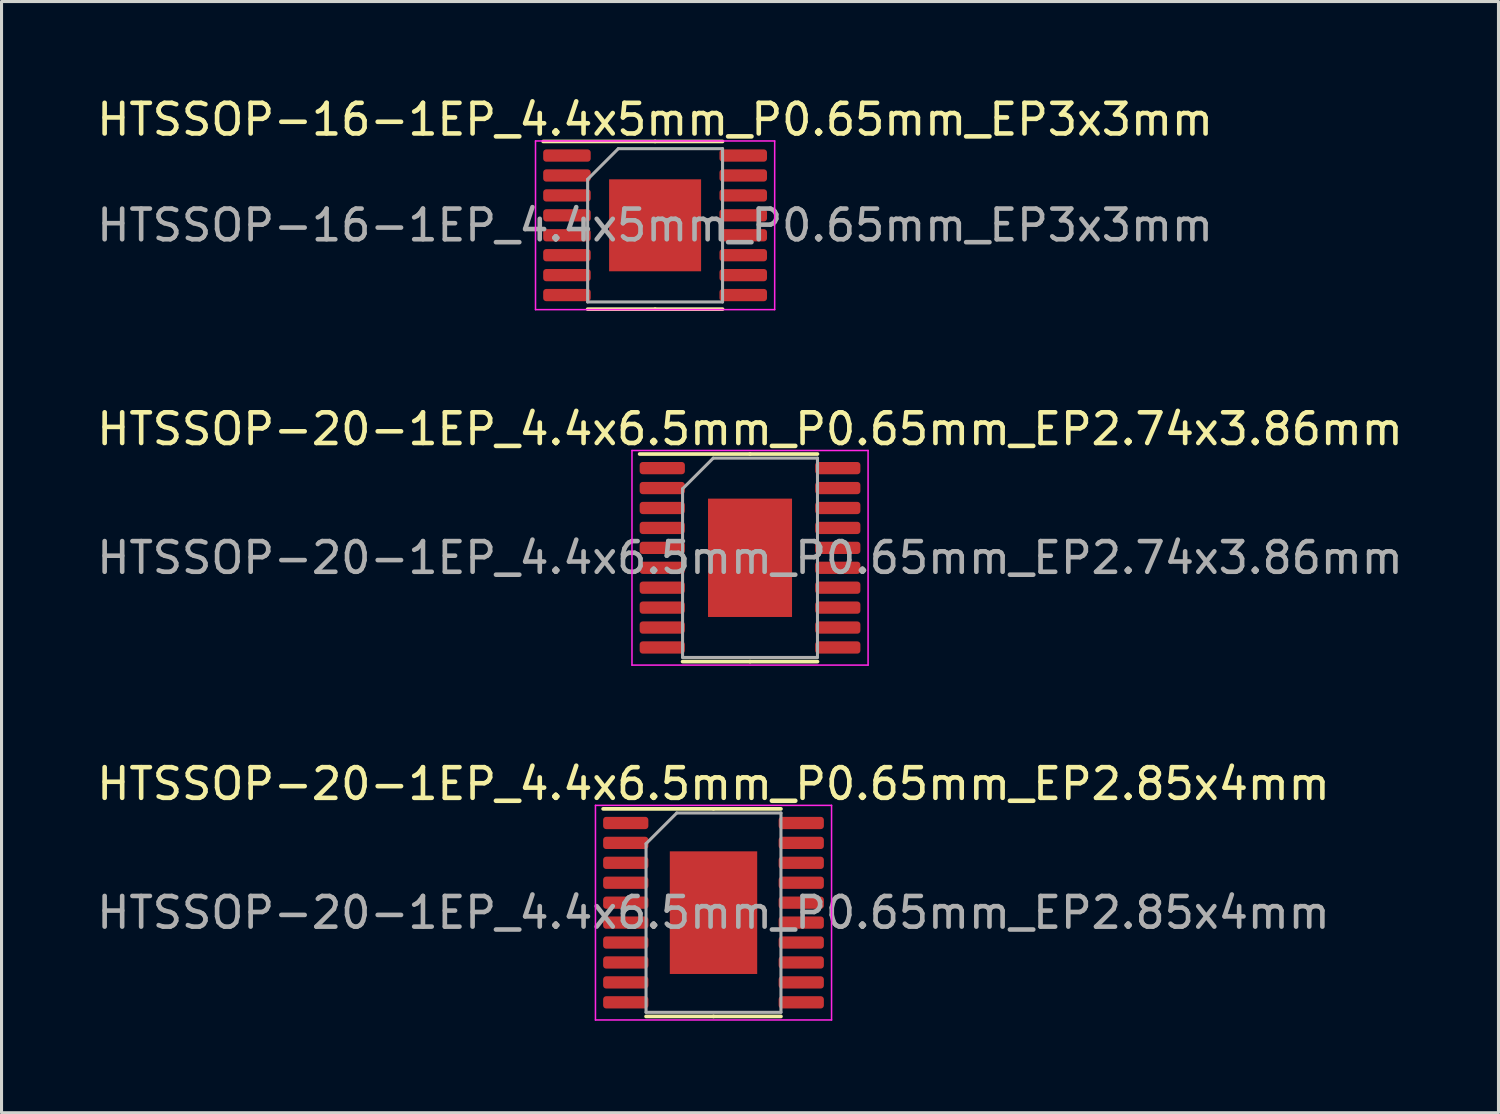
<source format=kicad_pcb>
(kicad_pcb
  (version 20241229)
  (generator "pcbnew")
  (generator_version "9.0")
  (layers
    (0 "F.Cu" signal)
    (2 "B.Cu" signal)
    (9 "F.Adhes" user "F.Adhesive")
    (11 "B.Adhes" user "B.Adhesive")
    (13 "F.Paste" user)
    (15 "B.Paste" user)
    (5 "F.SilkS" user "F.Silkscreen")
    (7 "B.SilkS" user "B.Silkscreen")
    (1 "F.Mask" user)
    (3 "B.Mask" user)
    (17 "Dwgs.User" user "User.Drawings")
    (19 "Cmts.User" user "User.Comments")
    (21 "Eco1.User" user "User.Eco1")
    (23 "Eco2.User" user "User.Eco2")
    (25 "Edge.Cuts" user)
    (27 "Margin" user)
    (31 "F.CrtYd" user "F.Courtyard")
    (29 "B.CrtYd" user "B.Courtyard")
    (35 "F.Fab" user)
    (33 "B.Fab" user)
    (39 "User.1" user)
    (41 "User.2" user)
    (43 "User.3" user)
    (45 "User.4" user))
  (footprint "HTSSOP-20-1EP_4.4x6.5mm_P0.65mm_EP2.74x3.86mm"
    (layer "F.Cu")
    (at 21.411 15.142)
    (property "Reference" "HTSSOP-20-1EP_4.4x6.5mm_P0.65mm_EP2.74x3.86mm" (at 0 -4.2 0) (layer "F.SilkS") (effects (font (size 1 1) (thickness 0.15))))
    (attr smd)
    (fp_line (start 0 -3.385) (end -3.6 -3.385) (stroke (width 0.12) (type solid)) (layer "F.SilkS"))
    (fp_line (start 0 -3.385) (end 2.2 -3.385) (stroke (width 0.12) (type solid)) (layer "F.SilkS"))
    (fp_line (start 0 3.385) (end -2.2 3.385) (stroke (width 0.12) (type solid)) (layer "F.SilkS"))
    (fp_line (start 0 3.385) (end 2.2 3.385) (stroke (width 0.12) (type solid)) (layer "F.SilkS"))
    (fp_line (start -3.85 -3.5) (end -3.85 3.5) (stroke (width 0.05) (type solid)) (layer "F.CrtYd"))
    (fp_line (start -3.85 3.5) (end 3.85 3.5) (stroke (width 0.05) (type solid)) (layer "F.CrtYd"))
    (fp_line (start 3.85 -3.5) (end -3.85 -3.5) (stroke (width 0.05) (type solid)) (layer "F.CrtYd"))
    (fp_line (start 3.85 3.5) (end 3.85 -3.5) (stroke (width 0.05) (type solid)) (layer "F.CrtYd"))
    (fp_line (start -2.2 -2.25) (end -1.2 -3.25) (stroke (width 0.1) (type solid)) (layer "F.Fab"))
    (fp_line (start -2.2 3.25) (end -2.2 -2.25) (stroke (width 0.1) (type solid)) (layer "F.Fab"))
    (fp_line (start -1.2 -3.25) (end 2.2 -3.25) (stroke (width 0.1) (type solid)) (layer "F.Fab"))
    (fp_line (start 2.2 -3.25) (end 2.2 3.25) (stroke (width 0.1) (type solid)) (layer "F.Fab"))
    (fp_line (start 2.2 3.25) (end -2.2 3.25) (stroke (width 0.1) (type solid)) (layer "F.Fab"))
    (fp_text user "${REFERENCE}" (at 0 0 0) (layer "F.Fab") (effects (font (size 1 1) (thickness 0.15))))
    (pad "" smd roundrect (at 0 -0.965) (size 2.21 1.56) (layers "F.Paste") (roundrect_rratio 0.16))
    (pad "" smd roundrect (at 0 0.965) (size 2.21 1.56) (layers "F.Paste") (roundrect_rratio 0.16))
    (pad "1" smd roundrect (at -2.862 -2.925) (size 1.475 0.4) (layers "F.Cu" "F.Mask" "F.Paste") (roundrect_rratio 0.25))
    (pad "2" smd roundrect (at -2.862 -2.275) (size 1.475 0.4) (layers "F.Cu" "F.Mask" "F.Paste") (roundrect_rratio 0.25))
    (pad "3" smd roundrect (at -2.862 -1.625) (size 1.475 0.4) (layers "F.Cu" "F.Mask" "F.Paste") (roundrect_rratio 0.25))
    (pad "4" smd roundrect (at -2.862 -0.975) (size 1.475 0.4) (layers "F.Cu" "F.Mask" "F.Paste") (roundrect_rratio 0.25))
    (pad "5" smd roundrect (at -2.862 -0.325) (size 1.475 0.4) (layers "F.Cu" "F.Mask" "F.Paste") (roundrect_rratio 0.25))
    (pad "6" smd roundrect (at -2.862 0.325) (size 1.475 0.4) (layers "F.Cu" "F.Mask" "F.Paste") (roundrect_rratio 0.25))
    (pad "7" smd roundrect (at -2.862 0.975) (size 1.475 0.4) (layers "F.Cu" "F.Mask" "F.Paste") (roundrect_rratio 0.25))
    (pad "8" smd roundrect (at -2.862 1.625) (size 1.475 0.4) (layers "F.Cu" "F.Mask" "F.Paste") (roundrect_rratio 0.25))
    (pad "9" smd roundrect (at -2.862 2.275) (size 1.475 0.4) (layers "F.Cu" "F.Mask" "F.Paste") (roundrect_rratio 0.25))
    (pad "10" smd roundrect (at -2.862 2.925) (size 1.475 0.4) (layers "F.Cu" "F.Mask" "F.Paste") (roundrect_rratio 0.25))
    (pad "11" smd roundrect (at 2.862 2.925) (size 1.475 0.4) (layers "F.Cu" "F.Mask" "F.Paste") (roundrect_rratio 0.25))
    (pad "12" smd roundrect (at 2.862 2.275) (size 1.475 0.4) (layers "F.Cu" "F.Mask" "F.Paste") (roundrect_rratio 0.25))
    (pad "13" smd roundrect (at 2.862 1.625) (size 1.475 0.4) (layers "F.Cu" "F.Mask" "F.Paste") (roundrect_rratio 0.25))
    (pad "14" smd roundrect (at 2.862 0.975) (size 1.475 0.4) (layers "F.Cu" "F.Mask" "F.Paste") (roundrect_rratio 0.25))
    (pad "15" smd roundrect (at 2.862 0.325) (size 1.475 0.4) (layers "F.Cu" "F.Mask" "F.Paste") (roundrect_rratio 0.25))
    (pad "16" smd roundrect (at 2.862 -0.325) (size 1.475 0.4) (layers "F.Cu" "F.Mask" "F.Paste") (roundrect_rratio 0.25))
    (pad "17" smd roundrect (at 2.862 -0.975) (size 1.475 0.4) (layers "F.Cu" "F.Mask" "F.Paste") (roundrect_rratio 0.25))
    (pad "18" smd roundrect (at 2.862 -1.625) (size 1.475 0.4) (layers "F.Cu" "F.Mask" "F.Paste") (roundrect_rratio 0.25))
    (pad "19" smd roundrect (at 2.862 -2.275) (size 1.475 0.4) (layers "F.Cu" "F.Mask" "F.Paste") (roundrect_rratio 0.25))
    (pad "20" smd roundrect (at 2.862 -2.925) (size 1.475 0.4) (layers "F.Cu" "F.Mask" "F.Paste") (roundrect_rratio 0.25))
    (pad "21" smd rect (at 0 0) (size 2.74 3.86) (layers "F.Cu" "F.Mask")))
  (footprint "HTSSOP-16-1EP_4.4x5mm_P0.65mm_EP3x3mm"
    (layer "F.Cu")
    (at 18.315 4.298)
    (property "Reference" "HTSSOP-16-1EP_4.4x5mm_P0.65mm_EP3x3mm" (at 0 -3.45 0) (layer "F.SilkS") (effects (font (size 1 1) (thickness 0.15))))
    (attr smd)
    (fp_line (start 0 -2.735) (end -3.65 -2.735) (stroke (width 0.12) (type solid)) (layer "F.SilkS"))
    (fp_line (start 0 -2.735) (end 2.2 -2.735) (stroke (width 0.12) (type solid)) (layer "F.SilkS"))
    (fp_line (start 0 2.735) (end -2.2 2.735) (stroke (width 0.12) (type solid)) (layer "F.SilkS"))
    (fp_line (start 0 2.735) (end 2.2 2.735) (stroke (width 0.12) (type solid)) (layer "F.SilkS"))
    (fp_line (start -3.9 -2.75) (end -3.9 2.75) (stroke (width 0.05) (type solid)) (layer "F.CrtYd"))
    (fp_line (start -3.9 2.75) (end 3.9 2.75) (stroke (width 0.05) (type solid)) (layer "F.CrtYd"))
    (fp_line (start 3.9 -2.75) (end -3.9 -2.75) (stroke (width 0.05) (type solid)) (layer "F.CrtYd"))
    (fp_line (start 3.9 2.75) (end 3.9 -2.75) (stroke (width 0.05) (type solid)) (layer "F.CrtYd"))
    (fp_line (start -2.2 -1.5) (end -1.2 -2.5) (stroke (width 0.1) (type solid)) (layer "F.Fab"))
    (fp_line (start -2.2 2.5) (end -2.2 -1.5) (stroke (width 0.1) (type solid)) (layer "F.Fab"))
    (fp_line (start -1.2 -2.5) (end 2.2 -2.5) (stroke (width 0.1) (type solid)) (layer "F.Fab"))
    (fp_line (start 2.2 -2.5) (end 2.2 2.5) (stroke (width 0.1) (type solid)) (layer "F.Fab"))
    (fp_line (start 2.2 2.5) (end -2.2 2.5) (stroke (width 0.1) (type solid)) (layer "F.Fab"))
    (fp_text user "${REFERENCE}" (at 0 0 0) (layer "F.Fab") (effects (font (size 1 1) (thickness 0.15))))
    (pad "" smd roundrect (at -0.75 -0.75) (size 1.21 1.21) (layers "F.Paste") (roundrect_rratio 0.207))
    (pad "" smd roundrect (at -0.75 0.75) (size 1.21 1.21) (layers "F.Paste") (roundrect_rratio 0.207))
    (pad "" smd roundrect (at 0.75 -0.75) (size 1.21 1.21) (layers "F.Paste") (roundrect_rratio 0.207))
    (pad "" smd roundrect (at 0.75 0.75) (size 1.21 1.21) (layers "F.Paste") (roundrect_rratio 0.207))
    (pad "1" smd roundrect (at -2.875 -2.275) (size 1.55 0.4) (layers "F.Cu" "F.Mask" "F.Paste") (roundrect_rratio 0.25))
    (pad "2" smd roundrect (at -2.875 -1.625) (size 1.55 0.4) (layers "F.Cu" "F.Mask" "F.Paste") (roundrect_rratio 0.25))
    (pad "3" smd roundrect (at -2.875 -0.975) (size 1.55 0.4) (layers "F.Cu" "F.Mask" "F.Paste") (roundrect_rratio 0.25))
    (pad "4" smd roundrect (at -2.875 -0.325) (size 1.55 0.4) (layers "F.Cu" "F.Mask" "F.Paste") (roundrect_rratio 0.25))
    (pad "5" smd roundrect (at -2.875 0.325) (size 1.55 0.4) (layers "F.Cu" "F.Mask" "F.Paste") (roundrect_rratio 0.25))
    (pad "6" smd roundrect (at -2.875 0.975) (size 1.55 0.4) (layers "F.Cu" "F.Mask" "F.Paste") (roundrect_rratio 0.25))
    (pad "7" smd roundrect (at -2.875 1.625) (size 1.55 0.4) (layers "F.Cu" "F.Mask" "F.Paste") (roundrect_rratio 0.25))
    (pad "8" smd roundrect (at -2.875 2.275) (size 1.55 0.4) (layers "F.Cu" "F.Mask" "F.Paste") (roundrect_rratio 0.25))
    (pad "9" smd roundrect (at 2.875 2.275) (size 1.55 0.4) (layers "F.Cu" "F.Mask" "F.Paste") (roundrect_rratio 0.25))
    (pad "10" smd roundrect (at 2.875 1.625) (size 1.55 0.4) (layers "F.Cu" "F.Mask" "F.Paste") (roundrect_rratio 0.25))
    (pad "11" smd roundrect (at 2.875 0.975) (size 1.55 0.4) (layers "F.Cu" "F.Mask" "F.Paste") (roundrect_rratio 0.25))
    (pad "12" smd roundrect (at 2.875 0.325) (size 1.55 0.4) (layers "F.Cu" "F.Mask" "F.Paste") (roundrect_rratio 0.25))
    (pad "13" smd roundrect (at 2.875 -0.325) (size 1.55 0.4) (layers "F.Cu" "F.Mask" "F.Paste") (roundrect_rratio 0.25))
    (pad "14" smd roundrect (at 2.875 -0.975) (size 1.55 0.4) (layers "F.Cu" "F.Mask" "F.Paste") (roundrect_rratio 0.25))
    (pad "15" smd roundrect (at 2.875 -1.625) (size 1.55 0.4) (layers "F.Cu" "F.Mask" "F.Paste") (roundrect_rratio 0.25))
    (pad "16" smd roundrect (at 2.875 -2.275) (size 1.55 0.4) (layers "F.Cu" "F.Mask" "F.Paste") (roundrect_rratio 0.25))
    (pad "17" smd rect (at 0 0) (size 3 3) (layers "F.Cu" "F.Mask")))
  (footprint "HTSSOP-20-1EP_4.4x6.5mm_P0.65mm_EP2.85x4mm"
    (layer "F.Cu")
    (at 20.22 26.715)
    (property "Reference" "HTSSOP-20-1EP_4.4x6.5mm_P0.65mm_EP2.85x4mm" (at 0 -4.2 0) (layer "F.SilkS") (effects (font (size 1 1) (thickness 0.15))))
    (attr smd)
    (fp_line (start 0 -3.385) (end -3.6 -3.385) (stroke (width 0.12) (type solid)) (layer "F.SilkS"))
    (fp_line (start 0 -3.385) (end 2.2 -3.385) (stroke (width 0.12) (type solid)) (layer "F.SilkS"))
    (fp_line (start 0 3.385) (end -2.2 3.385) (stroke (width 0.12) (type solid)) (layer "F.SilkS"))
    (fp_line (start 0 3.385) (end 2.2 3.385) (stroke (width 0.12) (type solid)) (layer "F.SilkS"))
    (fp_line (start -3.85 -3.5) (end -3.85 3.5) (stroke (width 0.05) (type solid)) (layer "F.CrtYd"))
    (fp_line (start -3.85 3.5) (end 3.85 3.5) (stroke (width 0.05) (type solid)) (layer "F.CrtYd"))
    (fp_line (start 3.85 -3.5) (end -3.85 -3.5) (stroke (width 0.05) (type solid)) (layer "F.CrtYd"))
    (fp_line (start 3.85 3.5) (end 3.85 -3.5) (stroke (width 0.05) (type solid)) (layer "F.CrtYd"))
    (fp_line (start -2.2 -2.25) (end -1.2 -3.25) (stroke (width 0.1) (type solid)) (layer "F.Fab"))
    (fp_line (start -2.2 3.25) (end -2.2 -2.25) (stroke (width 0.1) (type solid)) (layer "F.Fab"))
    (fp_line (start -1.2 -3.25) (end 2.2 -3.25) (stroke (width 0.1) (type solid)) (layer "F.Fab"))
    (fp_line (start 2.2 -3.25) (end 2.2 3.25) (stroke (width 0.1) (type solid)) (layer "F.Fab"))
    (fp_line (start 2.2 3.25) (end -2.2 3.25) (stroke (width 0.1) (type solid)) (layer "F.Fab"))
    (fp_text user "${REFERENCE}" (at 0 0 0) (layer "F.Fab") (effects (font (size 1 1) (thickness 0.15))))
    (pad "" smd roundrect (at 0 -1) (size 2.3 1.61) (layers "F.Paste") (roundrect_rratio 0.155))
    (pad "" smd roundrect (at 0 1) (size 2.3 1.61) (layers "F.Paste") (roundrect_rratio 0.155))
    (pad "1" smd roundrect (at -2.862 -2.925) (size 1.475 0.4) (layers "F.Cu" "F.Mask" "F.Paste") (roundrect_rratio 0.25))
    (pad "2" smd roundrect (at -2.862 -2.275) (size 1.475 0.4) (layers "F.Cu" "F.Mask" "F.Paste") (roundrect_rratio 0.25))
    (pad "3" smd roundrect (at -2.862 -1.625) (size 1.475 0.4) (layers "F.Cu" "F.Mask" "F.Paste") (roundrect_rratio 0.25))
    (pad "4" smd roundrect (at -2.862 -0.975) (size 1.475 0.4) (layers "F.Cu" "F.Mask" "F.Paste") (roundrect_rratio 0.25))
    (pad "5" smd roundrect (at -2.862 -0.325) (size 1.475 0.4) (layers "F.Cu" "F.Mask" "F.Paste") (roundrect_rratio 0.25))
    (pad "6" smd roundrect (at -2.862 0.325) (size 1.475 0.4) (layers "F.Cu" "F.Mask" "F.Paste") (roundrect_rratio 0.25))
    (pad "7" smd roundrect (at -2.862 0.975) (size 1.475 0.4) (layers "F.Cu" "F.Mask" "F.Paste") (roundrect_rratio 0.25))
    (pad "8" smd roundrect (at -2.862 1.625) (size 1.475 0.4) (layers "F.Cu" "F.Mask" "F.Paste") (roundrect_rratio 0.25))
    (pad "9" smd roundrect (at -2.862 2.275) (size 1.475 0.4) (layers "F.Cu" "F.Mask" "F.Paste") (roundrect_rratio 0.25))
    (pad "10" smd roundrect (at -2.862 2.925) (size 1.475 0.4) (layers "F.Cu" "F.Mask" "F.Paste") (roundrect_rratio 0.25))
    (pad "11" smd roundrect (at 2.862 2.925) (size 1.475 0.4) (layers "F.Cu" "F.Mask" "F.Paste") (roundrect_rratio 0.25))
    (pad "12" smd roundrect (at 2.862 2.275) (size 1.475 0.4) (layers "F.Cu" "F.Mask" "F.Paste") (roundrect_rratio 0.25))
    (pad "13" smd roundrect (at 2.862 1.625) (size 1.475 0.4) (layers "F.Cu" "F.Mask" "F.Paste") (roundrect_rratio 0.25))
    (pad "14" smd roundrect (at 2.862 0.975) (size 1.475 0.4) (layers "F.Cu" "F.Mask" "F.Paste") (roundrect_rratio 0.25))
    (pad "15" smd roundrect (at 2.862 0.325) (size 1.475 0.4) (layers "F.Cu" "F.Mask" "F.Paste") (roundrect_rratio 0.25))
    (pad "16" smd roundrect (at 2.862 -0.325) (size 1.475 0.4) (layers "F.Cu" "F.Mask" "F.Paste") (roundrect_rratio 0.25))
    (pad "17" smd roundrect (at 2.862 -0.975) (size 1.475 0.4) (layers "F.Cu" "F.Mask" "F.Paste") (roundrect_rratio 0.25))
    (pad "18" smd roundrect (at 2.862 -1.625) (size 1.475 0.4) (layers "F.Cu" "F.Mask" "F.Paste") (roundrect_rratio 0.25))
    (pad "19" smd roundrect (at 2.862 -2.275) (size 1.475 0.4) (layers "F.Cu" "F.Mask" "F.Paste") (roundrect_rratio 0.25))
    (pad "20" smd roundrect (at 2.862 -2.925) (size 1.475 0.4) (layers "F.Cu" "F.Mask" "F.Paste") (roundrect_rratio 0.25))
    (pad "21" smd rect (at 0 0) (size 2.85 4) (layers "F.Cu" "F.Mask")))
  (gr_rect
    (start -3 -3)
    (end 45.821 33.24)
    (stroke (width 0.1) (type default))
    (fill no)
    (layer "Edge.Cuts")))
</source>
